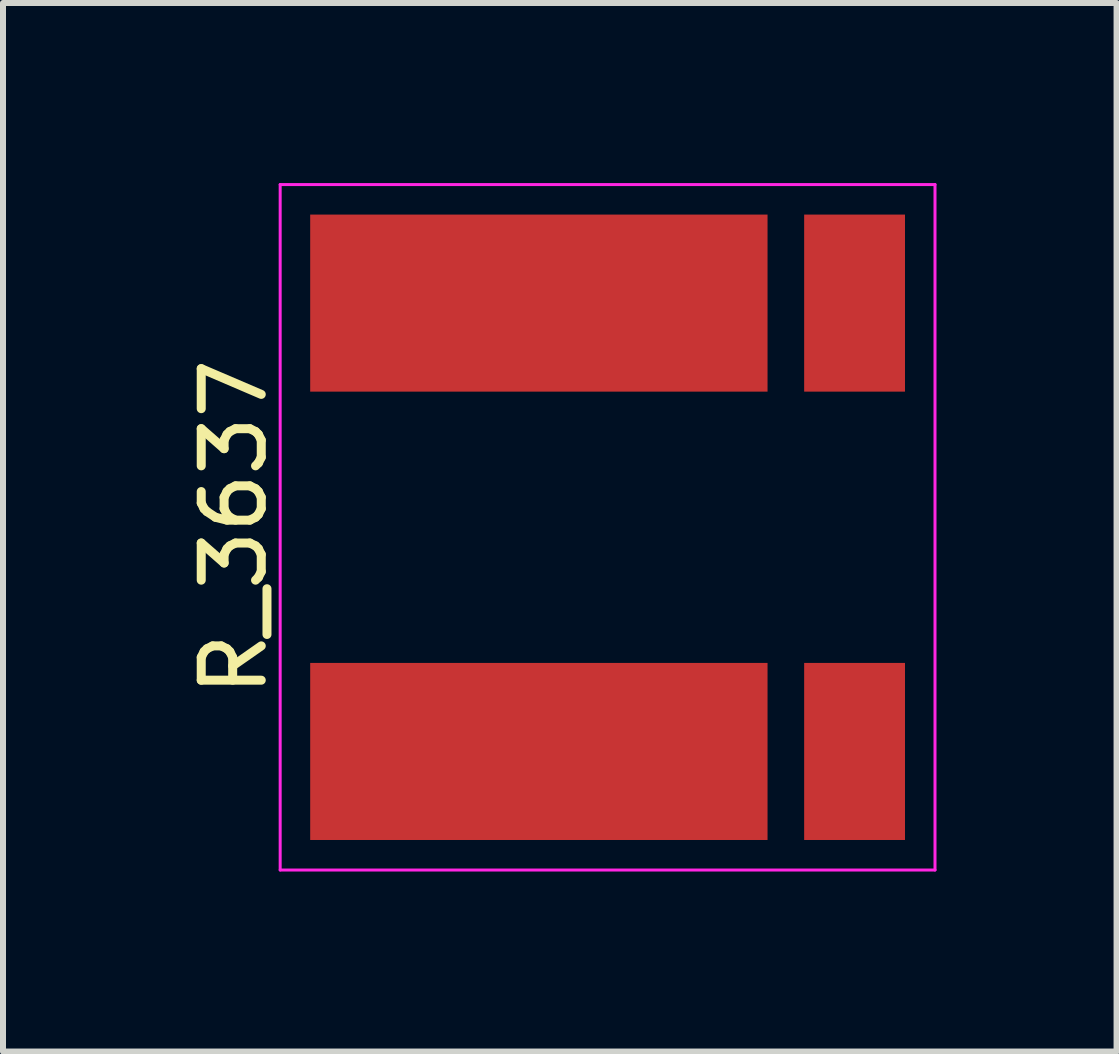
<source format=kicad_pcb>
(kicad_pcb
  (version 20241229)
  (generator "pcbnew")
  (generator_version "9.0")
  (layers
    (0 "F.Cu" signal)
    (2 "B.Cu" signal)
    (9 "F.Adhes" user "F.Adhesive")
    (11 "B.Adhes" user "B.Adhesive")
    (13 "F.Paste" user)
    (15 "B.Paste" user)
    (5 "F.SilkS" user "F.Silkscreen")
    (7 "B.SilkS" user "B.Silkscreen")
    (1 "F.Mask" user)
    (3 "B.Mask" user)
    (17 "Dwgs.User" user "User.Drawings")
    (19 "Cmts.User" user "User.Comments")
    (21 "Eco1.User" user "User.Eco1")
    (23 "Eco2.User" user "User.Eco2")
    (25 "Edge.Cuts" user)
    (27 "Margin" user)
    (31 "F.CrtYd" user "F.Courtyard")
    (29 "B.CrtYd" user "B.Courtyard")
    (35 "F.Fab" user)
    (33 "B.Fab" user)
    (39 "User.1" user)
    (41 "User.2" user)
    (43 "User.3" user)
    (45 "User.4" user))
  (footprint "R_3637"
    (layer "F.Cu")
    (at 9.738 5.735)
    (property "Reference" "R_3637" (at -8.89 0 90) (layer "F.SilkS") (effects (font (size 1 1) (thickness 0.15))))
    (attr through_hole)
    (fp_line (start -8.12 -5.71) (end -8.12 5.71) (stroke (width 0.05) (type solid)) (layer "F.CrtYd"))
    (fp_line (start -8.12 -5.71) (end 2.79 -5.71) (stroke (width 0.05) (type solid)) (layer "F.CrtYd"))
    (fp_line (start -8.12 5.71) (end 2.79 5.71) (stroke (width 0.05) (type solid)) (layer "F.CrtYd"))
    (fp_line (start 2.79 -5.71) (end 2.79 5.71) (stroke (width 0.05) (type solid)) (layer "F.CrtYd"))
    (pad "1" smd rect (at -3.81 3.735) (size 7.62 2.95) (layers "F.Cu" "F.Mask" "F.Paste"))
    (pad "2" smd rect (at 1.45 3.735) (size 1.68 2.95) (layers "F.Cu" "F.Mask" "F.Paste"))
    (pad "3" smd rect (at 1.45 -3.735) (size 1.68 2.95) (layers "F.Cu" "F.Mask" "F.Paste"))
    (pad "4" smd rect (at -3.81 -3.735) (size 7.62 2.95) (layers "F.Cu" "F.Mask" "F.Paste")))
  (gr_rect
    (start -3 -3)
    (end 15.553 14.47)
    (stroke (width 0.1) (type default))
    (fill no)
    (layer "Edge.Cuts")))
</source>
